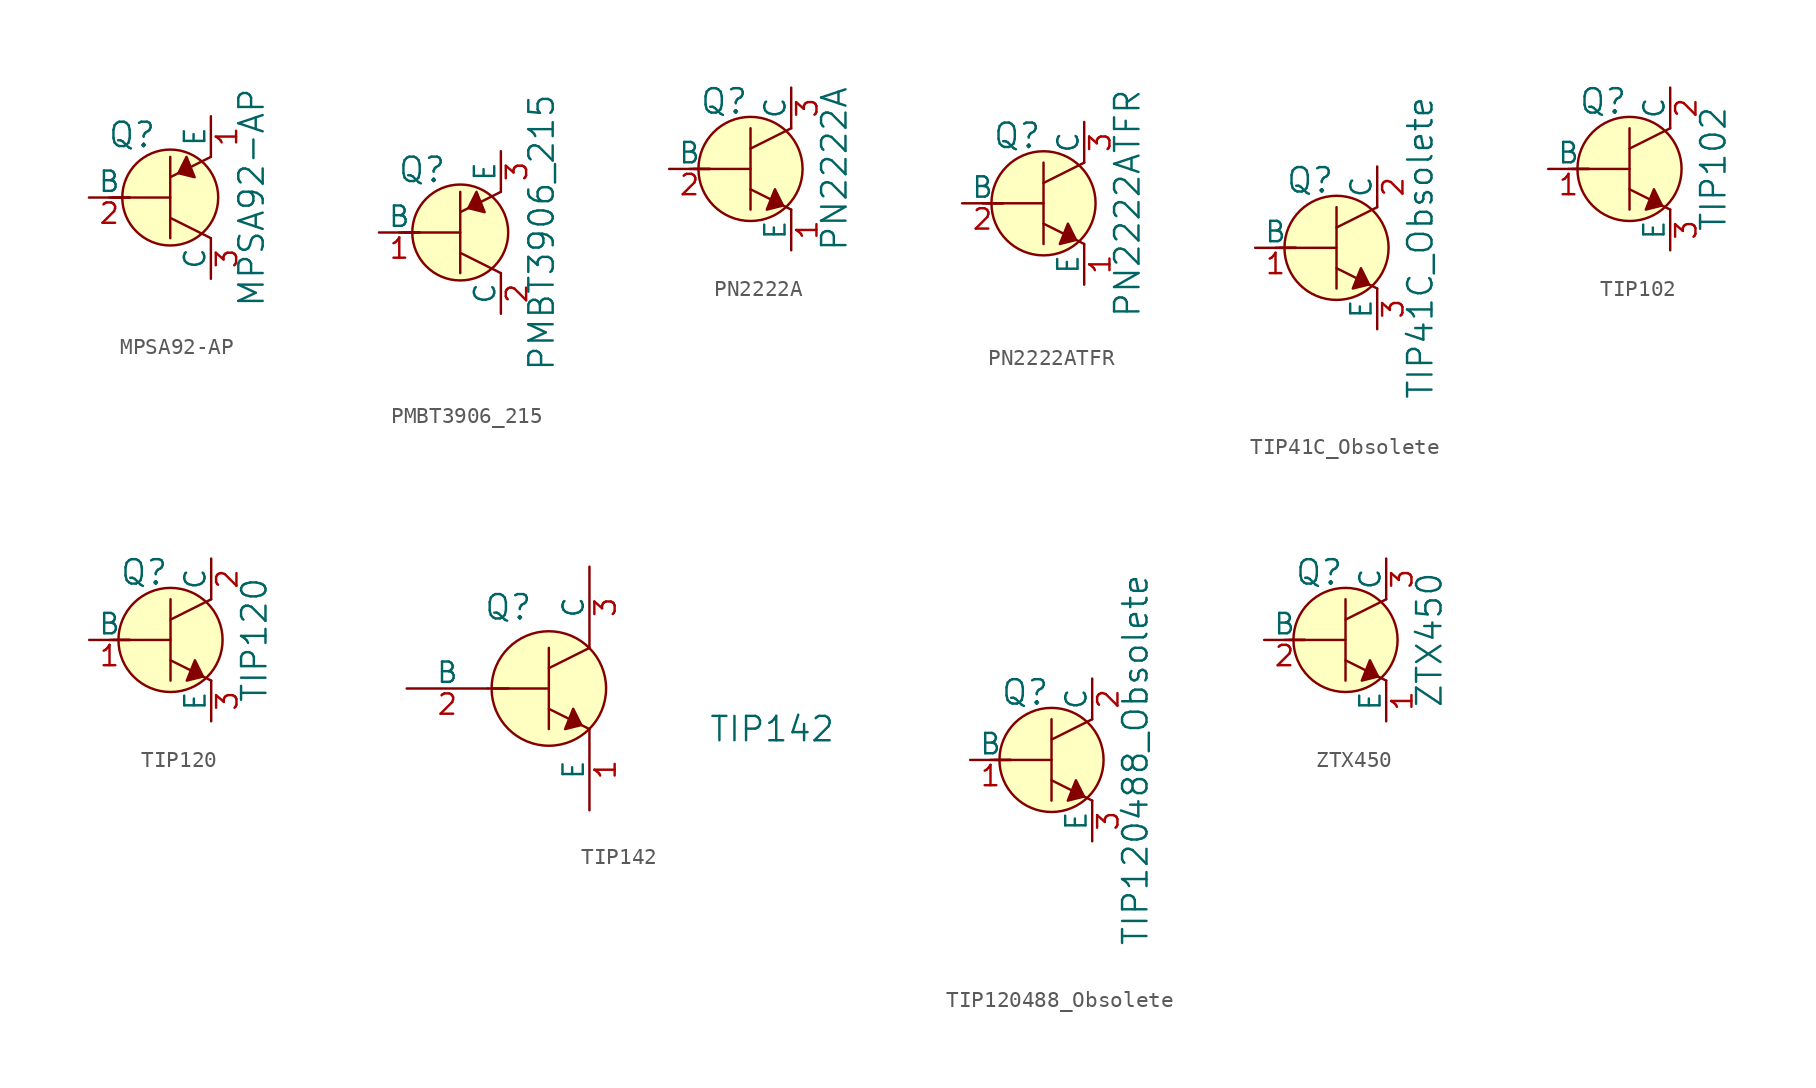
<source format=kicad_sym>
(kicad_symbol_lib
  (version 20201005)
  (generator kicad_symbol_editor)
  (symbol "MPSA92-AP"
    (pin_names
      (offset 0))
    (property "Reference" "Q"
      (at -2.388 3.912 0)
      (effects (font (size 1.524 1.524))))
    (property "Value" "MPSA92-AP"
      (at 5.08 0 90)
      (effects (font (size 1.524 1.524))))
    (symbol "MPSA92-AP_0_1"
      (circle (center 0 0) (radius 2.997) (stroke (width 0)) (fill (type background)))
      (polyline (pts (xy -3.81 0) (xy -2.54 0)) (stroke (width 0)) (fill (type none)))
      (polyline (pts (xy -3.556 0) (xy 0 0)) (stroke (width 0)) (fill (type none)))
      (polyline (pts (xy 0 -1.27) (xy 2.54 -2.54)) (stroke (width 0)) (fill (type none)))
      (polyline (pts (xy 0 1.27) (xy 2.54 2.54)) (stroke (width 0)) (fill (type none)))
      (polyline (pts (xy 0 2.54) (xy 0 -2.54)) (stroke (width 0)) (fill (type none)))
      (polyline (pts (xy 1.016 2.54) (xy 0.508 1.524) (xy 1.524 1.27) (xy 1.016 2.54)) (stroke (width 0)) (fill (type outline))))
    (symbol "MPSA92-AP_1_1"
      (pin passive line (at 2.54 5.08 270) (length 2.54) (name "E" (effects (font (size 1.27 1.27)))) (number "1" (effects (font (size 1.27 1.27)))))
      (pin input line (at -5.08 0 0) (length 2.54) (name "B" (effects (font (size 1.27 1.27)))) (number "2" (effects (font (size 1.27 1.27)))))
      (pin passive line (at 2.54 -5.08 90) (length 2.54) (name "C" (effects (font (size 1.27 1.27)))) (number "3" (effects (font (size 1.27 1.27)))))))
  (symbol "PMBT3906_215"
    (pin_names
      (offset 0))
    (property "Reference" "Q"
      (at -2.388 3.912 0)
      (effects (font (size 1.524 1.524))))
    (property "Value" "PMBT3906_215"
      (at 5.08 0 90)
      (effects (font (size 1.524 1.524))))
    (symbol "PMBT3906_215_0_1"
      (circle (center 0 0) (radius 2.997) (stroke (width 0)) (fill (type background)))
      (polyline (pts (xy -3.81 0) (xy -2.54 0)) (stroke (width 0)) (fill (type none)))
      (polyline (pts (xy -3.556 0) (xy 0 0)) (stroke (width 0)) (fill (type none)))
      (polyline (pts (xy 0 -1.27) (xy 2.54 -2.54)) (stroke (width 0)) (fill (type none)))
      (polyline (pts (xy 0 1.27) (xy 2.54 2.54)) (stroke (width 0)) (fill (type none)))
      (polyline (pts (xy 0 2.54) (xy 0 -2.54)) (stroke (width 0)) (fill (type none)))
      (polyline (pts (xy 1.016 2.54) (xy 0.508 1.524) (xy 1.524 1.27) (xy 1.016 2.54)) (stroke (width 0)) (fill (type outline))))
    (symbol "PMBT3906_215_1_1"
      (pin input line (at -5.08 0 0) (length 2.54) (name "B" (effects (font (size 1.27 1.27)))) (number "1" (effects (font (size 1.27 1.27)))))
      (pin passive line (at 2.54 -5.08 90) (length 2.54) (name "C" (effects (font (size 1.27 1.27)))) (number "2" (effects (font (size 1.27 1.27)))))
      (pin passive line (at 2.54 5.08 270) (length 2.54) (name "E" (effects (font (size 1.27 1.27)))) (number "3" (effects (font (size 1.27 1.27)))))))
  (symbol "PN2222A"
    (pin_names
      (offset 0))
    (property "Reference" "Q"
      (at -3.2 4.216 0)
      (effects (font (size 1.524 1.524)) (justify left)))
    (property "Value" "PN2222A"
      (at 5.232 0 90)
      (effects (font (size 1.524 1.524))))
    (symbol "PN2222A_0_1"
      (circle (center 0 0) (radius 3.251) (stroke (width 0)) (fill (type background)))
      (polyline (pts (xy -3.81 0) (xy -2.54 0)) (stroke (width 0)) (fill (type none)))
      (polyline (pts (xy -3.556 0) (xy 0 0)) (stroke (width 0)) (fill (type none)))
      (polyline (pts (xy 0 -1.27) (xy 2.54 -2.54)) (stroke (width 0)) (fill (type none)))
      (polyline (pts (xy 0 1.27) (xy 2.54 2.54)) (stroke (width 0)) (fill (type none)))
      (polyline (pts (xy 0 2.54) (xy 0 -2.54)) (stroke (width 0)) (fill (type none)))
      (polyline (pts (xy 1.524 -1.27) (xy 2.032 -2.286) (xy 1.016 -2.54) (xy 1.524 -1.27)) (stroke (width 0)) (fill (type outline))))
    (symbol "PN2222A_1_1"
      (pin passive line (at 2.54 -5.08 90) (length 2.54) (name "E" (effects (font (size 1.27 1.27)))) (number "1" (effects (font (size 1.27 1.27)))))
      (pin input line (at -5.08 0 0) (length 2.54) (name "B" (effects (font (size 1.27 1.27)))) (number "2" (effects (font (size 1.27 1.27)))))
      (pin passive line (at 2.54 5.08 270) (length 2.54) (name "C" (effects (font (size 1.27 1.27)))) (number "3" (effects (font (size 1.27 1.27)))))))
  (symbol "PN2222ATFR"
    (pin_names
      (offset 0))
    (property "Reference" "Q"
      (at -3.2 4.216 0)
      (effects (font (size 1.524 1.524)) (justify left)))
    (property "Value" "PN2222ATFR"
      (at 5.232 0 90)
      (effects (font (size 1.524 1.524))))
    (symbol "PN2222ATFR_0_1"
      (circle (center 0 0) (radius 3.251) (stroke (width 0)) (fill (type background)))
      (polyline (pts (xy -3.81 0) (xy -2.54 0)) (stroke (width 0)) (fill (type none)))
      (polyline (pts (xy -3.556 0) (xy 0 0)) (stroke (width 0)) (fill (type none)))
      (polyline (pts (xy 0 -1.27) (xy 2.54 -2.54)) (stroke (width 0)) (fill (type none)))
      (polyline (pts (xy 0 1.27) (xy 2.54 2.54)) (stroke (width 0)) (fill (type none)))
      (polyline (pts (xy 0 2.54) (xy 0 -2.54)) (stroke (width 0)) (fill (type none)))
      (polyline (pts (xy 1.524 -1.27) (xy 2.032 -2.286) (xy 1.016 -2.54) (xy 1.524 -1.27)) (stroke (width 0)) (fill (type outline))))
    (symbol "PN2222ATFR_1_1"
      (pin passive line (at 2.54 -5.08 90) (length 2.54) (name "E" (effects (font (size 1.27 1.27)))) (number "1" (effects (font (size 1.27 1.27)))))
      (pin input line (at -5.08 0 0) (length 2.54) (name "B" (effects (font (size 1.27 1.27)))) (number "2" (effects (font (size 1.27 1.27)))))
      (pin passive line (at 2.54 5.08 270) (length 2.54) (name "C" (effects (font (size 1.27 1.27)))) (number "3" (effects (font (size 1.27 1.27)))))))
  (symbol "TIP41C_Obsolete"
    (pin_names
      (offset 0))
    (property "Reference" "Q"
      (at -3.2 4.216 0)
      (effects (font (size 1.524 1.524)) (justify left)))
    (property "Value" "TIP41C_Obsolete"
      (at 5.232 0 90)
      (effects (font (size 1.524 1.524))))
    (symbol "TIP41C_Obsolete_0_1"
      (circle (center 0 0) (radius 3.251) (stroke (width 0)) (fill (type background)))
      (polyline (pts (xy -3.81 0) (xy -2.54 0)) (stroke (width 0)) (fill (type none)))
      (polyline (pts (xy -3.556 0) (xy 0 0)) (stroke (width 0)) (fill (type none)))
      (polyline (pts (xy 0 -1.27) (xy 2.54 -2.54)) (stroke (width 0)) (fill (type none)))
      (polyline (pts (xy 0 1.27) (xy 2.54 2.54)) (stroke (width 0)) (fill (type none)))
      (polyline (pts (xy 0 2.54) (xy 0 -2.54)) (stroke (width 0)) (fill (type none)))
      (polyline (pts (xy 1.524 -1.27) (xy 2.032 -2.286) (xy 1.016 -2.54) (xy 1.524 -1.27)) (stroke (width 0)) (fill (type outline))))
    (symbol "TIP41C_Obsolete_1_1"
      (pin input line (at -5.08 0 0) (length 2.54) (name "B" (effects (font (size 1.27 1.27)))) (number "1" (effects (font (size 1.27 1.27)))))
      (pin passive line (at 2.54 5.08 270) (length 2.54) (name "C" (effects (font (size 1.27 1.27)))) (number "2" (effects (font (size 1.27 1.27)))))
      (pin passive line (at 2.54 -5.08 90) (length 2.54) (name "E" (effects (font (size 1.27 1.27)))) (number "3" (effects (font (size 1.27 1.27)))))))
  (symbol "TIP102"
    (pin_names
      (offset 0))
    (property "Reference" "Q"
      (at -3.2 4.216 0)
      (effects (font (size 1.524 1.524)) (justify left)))
    (property "Value" "TIP102"
      (at 5.232 0 90)
      (effects (font (size 1.524 1.524))))
    (symbol "TIP102_0_1"
      (circle (center 0 0) (radius 3.251) (stroke (width 0)) (fill (type background)))
      (polyline (pts (xy -3.81 0) (xy -2.54 0)) (stroke (width 0)) (fill (type none)))
      (polyline (pts (xy -3.556 0) (xy 0 0)) (stroke (width 0)) (fill (type none)))
      (polyline (pts (xy 0 -1.27) (xy 2.54 -2.54)) (stroke (width 0)) (fill (type none)))
      (polyline (pts (xy 0 1.27) (xy 2.54 2.54)) (stroke (width 0)) (fill (type none)))
      (polyline (pts (xy 0 2.54) (xy 0 -2.54)) (stroke (width 0)) (fill (type none)))
      (polyline (pts (xy 1.524 -1.27) (xy 2.032 -2.286) (xy 1.016 -2.54) (xy 1.524 -1.27)) (stroke (width 0)) (fill (type outline))))
    (symbol "TIP102_1_1"
      (pin input line (at -5.08 0 0) (length 2.54) (name "B" (effects (font (size 1.27 1.27)))) (number "1" (effects (font (size 1.27 1.27)))))
      (pin passive line (at 2.54 5.08 270) (length 2.54) (name "C" (effects (font (size 1.27 1.27)))) (number "2" (effects (font (size 1.27 1.27)))))
      (pin passive line (at 2.54 -5.08 90) (length 2.54) (name "E" (effects (font (size 1.27 1.27)))) (number "3" (effects (font (size 1.27 1.27)))))))
  (symbol "TIP120"
    (pin_names
      (offset 0))
    (property "Reference" "Q"
      (at -3.2 4.216 0)
      (effects (font (size 1.524 1.524)) (justify left)))
    (property "Value" "TIP120"
      (at 5.232 0 90)
      (effects (font (size 1.524 1.524))))
    (symbol "TIP120_0_1"
      (circle (center 0 0) (radius 3.251) (stroke (width 0)) (fill (type background)))
      (polyline (pts (xy -3.81 0) (xy -2.54 0)) (stroke (width 0)) (fill (type none)))
      (polyline (pts (xy -3.556 0) (xy 0 0)) (stroke (width 0)) (fill (type none)))
      (polyline (pts (xy 0 -1.27) (xy 2.54 -2.54)) (stroke (width 0)) (fill (type none)))
      (polyline (pts (xy 0 1.27) (xy 2.54 2.54)) (stroke (width 0)) (fill (type none)))
      (polyline (pts (xy 0 2.54) (xy 0 -2.54)) (stroke (width 0)) (fill (type none)))
      (polyline (pts (xy 1.524 -1.27) (xy 2.032 -2.286) (xy 1.016 -2.54) (xy 1.524 -1.27)) (stroke (width 0)) (fill (type outline))))
    (symbol "TIP120_1_1"
      (pin input line (at -5.08 0 0) (length 2.54) (name "B" (effects (font (size 1.27 1.27)))) (number "1" (effects (font (size 1.27 1.27)))))
      (pin passive line (at 2.54 5.08 270) (length 2.54) (name "C" (effects (font (size 1.27 1.27)))) (number "2" (effects (font (size 1.27 1.27)))))
      (pin passive line (at 2.54 -5.08 90) (length 2.54) (name "E" (effects (font (size 1.27 1.27)))) (number "3" (effects (font (size 1.27 1.27)))))))
  (symbol "TIP142"
    (pin_names
      (offset 0))
    (property "Reference" "Q"
      (at -2.54 5.08 0)
      (effects (font (size 1.524 1.524))))
    (property "Value" "TIP142"
      (at 13.97 -2.54 0)
      (effects (font (size 1.524 1.524))))
    (symbol "TIP142_0_1"
      (circle (center 0 0) (radius 3.581) (stroke (width 0)) (fill (type background)))
      (polyline (pts (xy -3.81 0) (xy -2.54 0)) (stroke (width 0)) (fill (type none)))
      (polyline (pts (xy -3.556 0) (xy 0 0)) (stroke (width 0)) (fill (type none)))
      (polyline (pts (xy 0 -1.27) (xy 2.54 -2.54)) (stroke (width 0)) (fill (type none)))
      (polyline (pts (xy 0 1.27) (xy 2.54 2.54)) (stroke (width 0)) (fill (type none)))
      (polyline (pts (xy 0 2.54) (xy 0 -2.54)) (stroke (width 0)) (fill (type none)))
      (polyline (pts (xy 1.524 -1.27) (xy 2.032 -2.286) (xy 1.016 -2.54) (xy 1.524 -1.27)) (stroke (width 0)) (fill (type outline))))
    (symbol "TIP142_1_1"
      (pin input line (at 2.54 -7.62 90) (length 5.08) (name "E" (effects (font (size 1.27 1.27)))) (number "1" (effects (font (size 1.27 1.27)))))
      (pin input line (at -8.89 0 0) (length 5.08) (name "B" (effects (font (size 1.27 1.27)))) (number "2" (effects (font (size 1.27 1.27)))))
      (pin input line (at 2.54 7.62 270) (length 5.08) (name "C" (effects (font (size 1.27 1.27)))) (number "3" (effects (font (size 1.27 1.27)))))))
  (symbol "TIP120488_Obsolete"
    (pin_names
      (offset 0))
    (property "Reference" "Q"
      (at -3.2 4.216 0)
      (effects (font (size 1.524 1.524)) (justify left)))
    (property "Value" "TIP120488_Obsolete"
      (at 5.232 0 90)
      (effects (font (size 1.524 1.524))))
    (symbol "TIP120488_Obsolete_0_1"
      (circle (center 0 0) (radius 3.251) (stroke (width 0)) (fill (type background)))
      (polyline (pts (xy -3.81 0) (xy -2.54 0)) (stroke (width 0)) (fill (type none)))
      (polyline (pts (xy -3.556 0) (xy 0 0)) (stroke (width 0)) (fill (type none)))
      (polyline (pts (xy 0 -1.27) (xy 2.54 -2.54)) (stroke (width 0)) (fill (type none)))
      (polyline (pts (xy 0 1.27) (xy 2.54 2.54)) (stroke (width 0)) (fill (type none)))
      (polyline (pts (xy 0 2.54) (xy 0 -2.54)) (stroke (width 0)) (fill (type none)))
      (polyline (pts (xy 1.524 -1.27) (xy 2.032 -2.286) (xy 1.016 -2.54) (xy 1.524 -1.27)) (stroke (width 0)) (fill (type outline))))
    (symbol "TIP120488_Obsolete_1_1"
      (pin input line (at -5.08 0 0) (length 2.54) (name "B" (effects (font (size 1.27 1.27)))) (number "1" (effects (font (size 1.27 1.27)))))
      (pin passive line (at 2.54 5.08 270) (length 2.54) (name "C" (effects (font (size 1.27 1.27)))) (number "2" (effects (font (size 1.27 1.27)))))
      (pin passive line (at 2.54 -5.08 90) (length 2.54) (name "E" (effects (font (size 1.27 1.27)))) (number "3" (effects (font (size 1.27 1.27)))))))
  (symbol "ZTX450"
    (pin_names
      (offset 0))
    (property "Reference" "Q"
      (at -3.2 4.216 0)
      (effects (font (size 1.524 1.524)) (justify left)))
    (property "Value" "ZTX450"
      (at 5.232 0 90)
      (effects (font (size 1.524 1.524))))
    (symbol "ZTX450_0_1"
      (circle (center 0 0) (radius 3.251) (stroke (width 0)) (fill (type background)))
      (polyline (pts (xy -3.81 0) (xy -2.54 0)) (stroke (width 0)) (fill (type none)))
      (polyline (pts (xy -3.556 0) (xy 0 0)) (stroke (width 0)) (fill (type none)))
      (polyline (pts (xy 0 -1.27) (xy 2.54 -2.54)) (stroke (width 0)) (fill (type none)))
      (polyline (pts (xy 0 1.27) (xy 2.54 2.54)) (stroke (width 0)) (fill (type none)))
      (polyline (pts (xy 0 2.54) (xy 0 -2.54)) (stroke (width 0)) (fill (type none)))
      (polyline (pts (xy 1.524 -1.27) (xy 2.032 -2.286) (xy 1.016 -2.54) (xy 1.524 -1.27)) (stroke (width 0)) (fill (type outline))))
    (symbol "ZTX450_1_1"
      (pin passive line (at 2.54 -5.08 90) (length 2.54) (name "E" (effects (font (size 1.27 1.27)))) (number "1" (effects (font (size 1.27 1.27)))))
      (pin input line (at -5.08 0 0) (length 2.54) (name "B" (effects (font (size 1.27 1.27)))) (number "2" (effects (font (size 1.27 1.27)))))
      (pin passive line (at 2.54 5.08 270) (length 2.54) (name "C" (effects (font (size 1.27 1.27)))) (number "3" (effects (font (size 1.27 1.27))))))))
</source>
